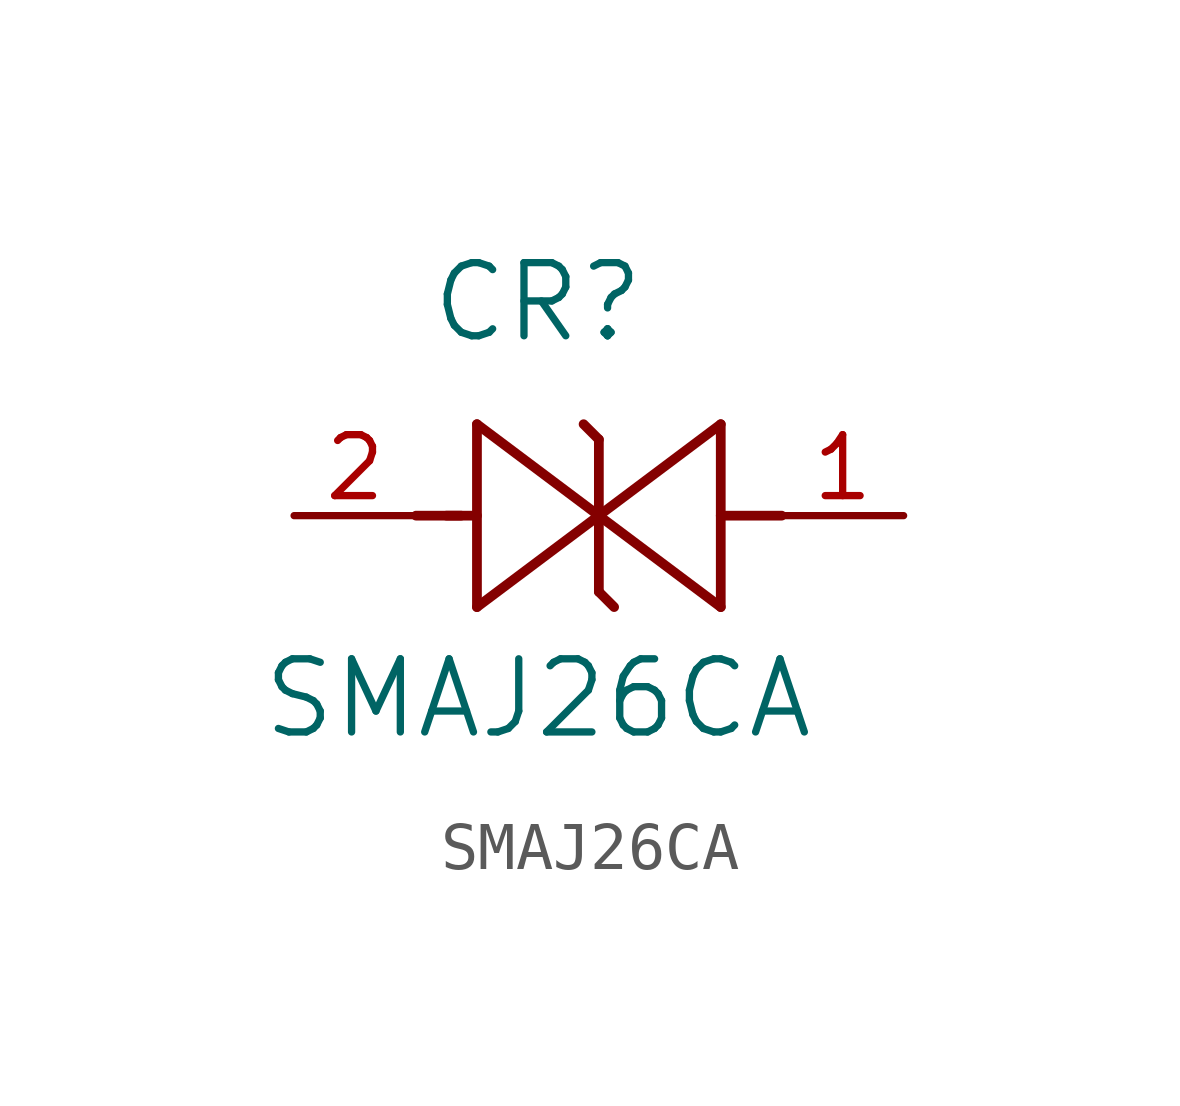
<source format=kicad_sym>
(kicad_symbol_lib
  (version 20211014)
  (generator kicad_symbol_editor)
  (symbol "SMAJ26CA"
    (pin_names
      (offset 0.254))
    (property "Reference" "CR"
      (at 5.08 4.445 0)
      (effects (font (size 1.524 1.524))))
    (property "Value" "SMAJ26CA"
      (at 5.08 -3.81 0)
      (effects (font (size 1.524 1.524))))
    (symbol "SMAJ26CA_0_1"
      (polyline (pts (xy 2.54 0) (xy 3.48 0)) (stroke (width 0.203) (type default) (color 0 0 0 0)) (fill (type none)))
      (polyline (pts (xy 3.81 1.905) (xy 3.81 -1.905)) (stroke (width 0.203) (type default) (color 0 0 0 0)) (fill (type none)))
      (polyline (pts (xy 3.175 0) (xy 3.81 0)) (stroke (width 0.203) (type default) (color 0 0 0 0)) (fill (type none)))
      (polyline (pts (xy 6.35 1.587) (xy 6.032 1.905)) (stroke (width 0.203) (type default) (color 0 0 0 0)) (fill (type none)))
      (polyline (pts (xy 8.89 0) (xy 10.16 0)) (stroke (width 0.203) (type default) (color 0 0 0 0)) (fill (type none)))
      (polyline (pts (xy 6.35 0) (xy 3.81 1.905)) (stroke (width 0.203) (type default) (color 0 0 0 0)) (fill (type none)))
      (polyline (pts (xy 3.81 -1.905) (xy 6.35 0)) (stroke (width 0.203) (type default) (color 0 0 0 0)) (fill (type none)))
      (polyline (pts (xy 8.89 -1.905) (xy 8.89 1.905)) (stroke (width 0.203) (type default) (color 0 0 0 0)) (fill (type none)))
      (polyline (pts (xy 6.35 1.587) (xy 6.35 -1.587)) (stroke (width 0.203) (type default) (color 0 0 0 0)) (fill (type none)))
      (polyline (pts (xy 6.35 0) (xy 8.89 -1.905)) (stroke (width 0.203) (type default) (color 0 0 0 0)) (fill (type none)))
      (polyline (pts (xy 8.89 1.905) (xy 6.35 0)) (stroke (width 0.203) (type default) (color 0 0 0 0)) (fill (type none)))
      (polyline (pts (xy 6.35 -1.587) (xy 6.668 -1.905)) (stroke (width 0.203) (type default) (color 0 0 0 0)) (fill (type none)))
      (pin unspecified line (at 0 0 0) (length 2.54) (name "" (effects (font (size 1.27 1.27)))) (number "2" (effects (font (size 1.27 1.27)))))
      (pin unspecified line (at 12.7 0 180) (length 2.54) (name "" (effects (font (size 1.27 1.27)))) (number "1" (effects (font (size 1.27 1.27))))))))
</source>
